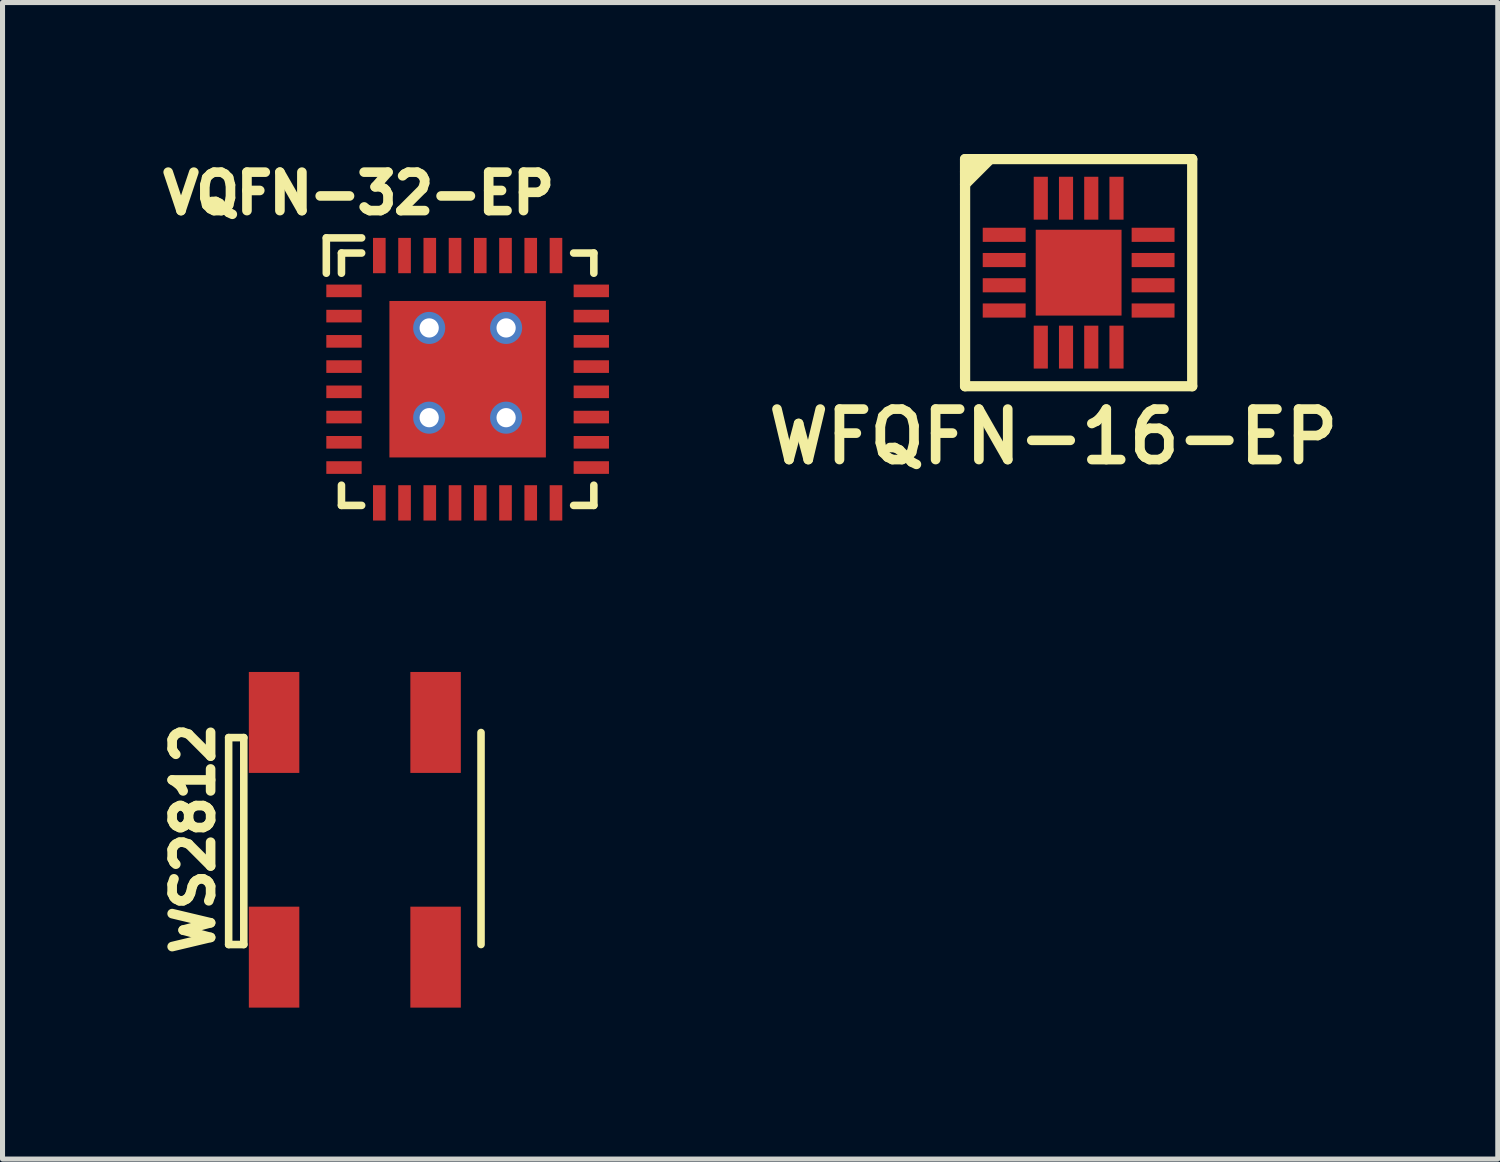
<source format=kicad_pcb>
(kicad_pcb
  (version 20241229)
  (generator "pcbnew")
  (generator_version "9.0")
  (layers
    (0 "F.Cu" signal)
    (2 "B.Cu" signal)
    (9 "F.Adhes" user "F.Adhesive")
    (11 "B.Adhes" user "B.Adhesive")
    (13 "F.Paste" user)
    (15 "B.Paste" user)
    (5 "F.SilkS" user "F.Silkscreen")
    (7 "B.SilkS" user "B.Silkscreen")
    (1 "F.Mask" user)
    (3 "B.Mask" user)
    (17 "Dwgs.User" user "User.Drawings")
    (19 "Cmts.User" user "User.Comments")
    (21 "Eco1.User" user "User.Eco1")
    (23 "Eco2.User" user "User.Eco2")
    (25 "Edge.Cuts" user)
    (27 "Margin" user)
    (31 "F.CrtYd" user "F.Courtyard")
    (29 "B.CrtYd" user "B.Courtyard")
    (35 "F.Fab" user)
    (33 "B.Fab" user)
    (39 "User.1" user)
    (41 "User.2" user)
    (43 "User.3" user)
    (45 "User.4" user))
  (footprint "VQFN-32-EP"
    (layer "F.Cu")
    (at 6.215 4.463)
    (property "Reference" "VQFN-32-EP" (at -2.159 -3.683 0) (layer "F.SilkS") (effects (font (size 0.762 0.762) (thickness 0.191))))
    (attr through_hole)
    (fp_line (start -2.8 -2.8) (end -2.1 -2.8) (stroke (width 0.15) (type solid)) (layer "F.SilkS"))
    (fp_line (start -2.8 -2.1) (end -2.8 -2.8) (stroke (width 0.15) (type solid)) (layer "F.SilkS"))
    (fp_line (start -2.5 -2.5) (end -2.1 -2.5) (stroke (width 0.15) (type solid)) (layer "F.SilkS"))
    (fp_line (start -2.5 -2.1) (end -2.5 -2.5) (stroke (width 0.15) (type solid)) (layer "F.SilkS"))
    (fp_line (start -2.5 2.5) (end -2.5 2.1) (stroke (width 0.15) (type solid)) (layer "F.SilkS"))
    (fp_line (start -2.1 2.5) (end -2.5 2.5) (stroke (width 0.15) (type solid)) (layer "F.SilkS"))
    (fp_line (start 2.5 -2.5) (end 2.1 -2.5) (stroke (width 0.15) (type solid)) (layer "F.SilkS"))
    (fp_line (start 2.5 -2.1) (end 2.5 -2.5) (stroke (width 0.15) (type solid)) (layer "F.SilkS"))
    (fp_line (start 2.5 2.1) (end 2.5 2.5) (stroke (width 0.15) (type solid)) (layer "F.SilkS"))
    (fp_line (start 2.5 2.5) (end 2.1 2.5) (stroke (width 0.15) (type solid)) (layer "F.SilkS"))
    (pad "1" smd rect (at -2.45 -1.75) (size 0.7 0.25) (layers "F.Cu" "F.Mask"))
    (pad "2" smd rect (at -2.45 -1.25) (size 0.7 0.25) (layers "F.Cu" "F.Mask"))
    (pad "3" smd rect (at -2.45 -0.75) (size 0.7 0.25) (layers "F.Cu" "F.Mask"))
    (pad "4" smd rect (at -2.45 -0.25) (size 0.7 0.25) (layers "F.Cu" "F.Mask"))
    (pad "5" smd rect (at -2.45 0.25) (size 0.7 0.25) (layers "F.Cu" "F.Mask"))
    (pad "6" smd rect (at -2.45 0.75) (size 0.7 0.25) (layers "F.Cu" "F.Mask"))
    (pad "7" smd rect (at -2.45 1.25) (size 0.7 0.25) (layers "F.Cu" "F.Mask"))
    (pad "8" smd rect (at -2.45 1.75) (size 0.7 0.25) (layers "F.Cu" "F.Mask"))
    (pad "9" smd rect (at -1.75 2.45) (size 0.25 0.7) (layers "F.Cu" "F.Mask"))
    (pad "10" smd rect (at -1.25 2.45) (size 0.25 0.7) (layers "F.Cu" "F.Mask"))
    (pad "11" smd rect (at -0.75 2.45) (size 0.25 0.7) (layers "F.Cu" "F.Mask"))
    (pad "12" smd rect (at -0.25 2.45) (size 0.25 0.7) (layers "F.Cu" "F.Mask"))
    (pad "13" smd rect (at 0.25 2.45) (size 0.25 0.7) (layers "F.Cu" "F.Mask"))
    (pad "14" smd rect (at 0.75 2.45) (size 0.25 0.7) (layers "F.Cu" "F.Mask"))
    (pad "15" smd rect (at 1.25 2.45) (size 0.25 0.7) (layers "F.Cu" "F.Mask"))
    (pad "16" smd rect (at 1.75 2.45) (size 0.25 0.7) (layers "F.Cu" "F.Mask"))
    (pad "17" smd rect (at 2.45 1.75) (size 0.7 0.25) (layers "F.Cu" "F.Mask"))
    (pad "18" smd rect (at 2.45 1.25) (size 0.7 0.25) (layers "F.Cu" "F.Mask"))
    (pad "19" smd rect (at 2.45 0.75) (size 0.7 0.25) (layers "F.Cu" "F.Mask"))
    (pad "20" smd rect (at 2.45 0.25) (size 0.7 0.25) (layers "F.Cu" "F.Mask"))
    (pad "21" smd rect (at 2.45 -0.25) (size 0.7 0.25) (layers "F.Cu" "F.Mask"))
    (pad "22" smd rect (at 2.45 -0.75) (size 0.7 0.25) (layers "F.Cu" "F.Mask"))
    (pad "23" smd rect (at 2.45 -1.25) (size 0.7 0.25) (layers "F.Cu" "F.Mask"))
    (pad "24" smd rect (at 2.45 -1.75) (size 0.7 0.25) (layers "F.Cu" "F.Mask"))
    (pad "25" smd rect (at 1.75 -2.45) (size 0.25 0.7) (layers "F.Cu" "F.Mask"))
    (pad "26" smd rect (at 1.25 -2.45) (size 0.25 0.7) (layers "F.Cu" "F.Mask"))
    (pad "27" smd rect (at 0.75 -2.45) (size 0.25 0.7) (layers "F.Cu" "F.Mask"))
    (pad "28" smd rect (at 0.25 -2.45) (size 0.25 0.7) (layers "F.Cu" "F.Mask"))
    (pad "29" smd rect (at -0.25 -2.45) (size 0.25 0.7) (layers "F.Cu" "F.Mask"))
    (pad "30" smd rect (at -0.75 -2.45) (size 0.25 0.7) (layers "F.Cu" "F.Mask"))
    (pad "31" smd rect (at -1.25 -2.45) (size 0.25 0.7) (layers "F.Cu" "F.Mask"))
    (pad "32" smd rect (at -1.75 -2.45) (size 0.25 0.7) (layers "F.Cu" "F.Mask"))
    (pad "PAD" thru_hole circle (at -0.762 -1.016) (size 0.635 0.635) (drill 0.381) (layers "*.Cu" "F.Mask"))
    (pad "PAD" thru_hole circle (at -0.762 0.762) (size 0.635 0.635) (drill 0.381) (layers "*.Cu" "F.Mask"))
    (pad "PAD" smd rect (at 0 0) (size 3.1 3.1) (layers "F.Cu" "F.Mask"))
    (pad "PAD" thru_hole circle (at 0.762 -1.016) (size 0.635 0.635) (drill 0.381) (layers "*.Cu" "F.Mask"))
    (pad "PAD" thru_hole circle (at 0.762 0.762) (size 0.635 0.635) (drill 0.381) (layers "*.Cu" "F.Mask")))
  (footprint "WFQFN-16-EP"
    (layer "F.Cu")
    (at 18.32 2.352)
    (property "Reference" "WFQFN-16-EP" (at -0.5 3.25 0) (layer "F.SilkS") (effects (font (size 1 1) (thickness 0.191))))
    (attr through_hole)
    (fp_line (start -2.25 -2.25) (end -2.25 2.25) (stroke (width 0.203) (type solid)) (layer "F.SilkS"))
    (fp_line (start -2.25 2.25) (end 2.25 2.25) (stroke (width 0.203) (type solid)) (layer "F.SilkS"))
    (fp_line (start -2 -2.25) (end -2.25 -2) (stroke (width 0.203) (type solid)) (layer "F.SilkS"))
    (fp_line (start -1.75 -2.25) (end -2.25 -1.75) (stroke (width 0.203) (type solid)) (layer "F.SilkS"))
    (fp_line (start 2.25 -2.25) (end -2.25 -2.25) (stroke (width 0.203) (type solid)) (layer "F.SilkS"))
    (fp_line (start 2.25 2.25) (end 2.25 -2.25) (stroke (width 0.203) (type solid)) (layer "F.SilkS"))
    (pad "1" smd rect (at -1.475 -0.75) (size 0.85 0.28) (layers "F.Cu" "F.Mask" "F.Paste"))
    (pad "2" smd rect (at -1.475 -0.25) (size 0.85 0.28) (layers "F.Cu" "F.Mask" "F.Paste"))
    (pad "3" smd rect (at -1.475 0.25) (size 0.85 0.28) (layers "F.Cu" "F.Mask" "F.Paste"))
    (pad "4" smd rect (at -1.475 0.75) (size 0.85 0.28) (layers "F.Cu" "F.Mask" "F.Paste"))
    (pad "5" smd rect (at -0.75 1.475) (size 0.28 0.85) (layers "F.Cu" "F.Mask" "F.Paste"))
    (pad "6" smd rect (at -0.25 1.475) (size 0.28 0.85) (layers "F.Cu" "F.Mask" "F.Paste"))
    (pad "7" smd rect (at 0.25 1.475) (size 0.28 0.85) (layers "F.Cu" "F.Mask" "F.Paste"))
    (pad "8" smd rect (at 0.75 1.475) (size 0.28 0.85) (layers "F.Cu" "F.Mask" "F.Paste"))
    (pad "9" smd rect (at 1.475 0.75) (size 0.85 0.28) (layers "F.Cu" "F.Mask" "F.Paste"))
    (pad "10" smd rect (at 1.475 0.25) (size 0.85 0.28) (layers "F.Cu" "F.Mask" "F.Paste"))
    (pad "11" smd rect (at 1.475 -0.25) (size 0.85 0.28) (layers "F.Cu" "F.Mask" "F.Paste"))
    (pad "12" smd rect (at 1.475 -0.75) (size 0.85 0.28) (layers "F.Cu" "F.Mask" "F.Paste"))
    (pad "13" smd rect (at 0.75 -1.475) (size 0.28 0.85) (layers "F.Cu" "F.Mask" "F.Paste"))
    (pad "14" smd rect (at 0.25 -1.475) (size 0.28 0.85) (layers "F.Cu" "F.Mask" "F.Paste"))
    (pad "15" smd rect (at -0.25 -1.475) (size 0.28 0.85) (layers "F.Cu" "F.Mask" "F.Paste"))
    (pad "16" smd rect (at -0.75 -1.475) (size 0.28 0.85) (layers "F.Cu" "F.Mask" "F.Paste"))
    (pad "PAD" smd rect (at 0 0) (size 1.7 1.7) (layers "F.Cu" "F.Mask" "F.Paste")))
  (footprint "WS2812"
    (layer "F.Cu")
    (at 2.38 15.663)
    (property "Reference" "WS2812" (at -1.6 -2.1 90) (layer "F.SilkS") (effects (font (size 0.762 0.762) (thickness 0.191))))
    (attr through_hole)
    (fp_line (start -0.9 0) (end -0.9 -4.1) (stroke (width 0.15) (type solid)) (layer "F.SilkS"))
    (fp_line (start -0.9 0) (end -0.6 0) (stroke (width 0.15) (type solid)) (layer "F.SilkS"))
    (fp_line (start -0.6 -4.1) (end -0.9 -4.1) (stroke (width 0.15) (type solid)) (layer "F.SilkS"))
    (fp_line (start -0.6 0) (end -0.6 -4.1) (stroke (width 0.15) (type solid)) (layer "F.SilkS"))
    (fp_line (start 4.1 0) (end 4.1 -4.2) (stroke (width 0.15) (type solid)) (layer "F.SilkS"))
    (pad "1" smd rect (at 0 0.25) (size 1 2) (layers "F.Cu" "F.Mask" "F.Paste"))
    (pad "2" smd rect (at 3.2 0.25) (size 1 2) (layers "F.Cu" "F.Mask" "F.Paste"))
    (pad "3" smd rect (at 3.2 -4.4) (size 1 2) (layers "F.Cu" "F.Mask" "F.Paste"))
    (pad "4" smd rect (at 0 -4.4) (size 1 2) (layers "F.Cu" "F.Mask" "F.Paste")))
  (gr_rect
    (start -3 -3)
    (end 26.624 19.913)
    (stroke (width 0.1) (type default))
    (fill no)
    (layer "Edge.Cuts")))
</source>
